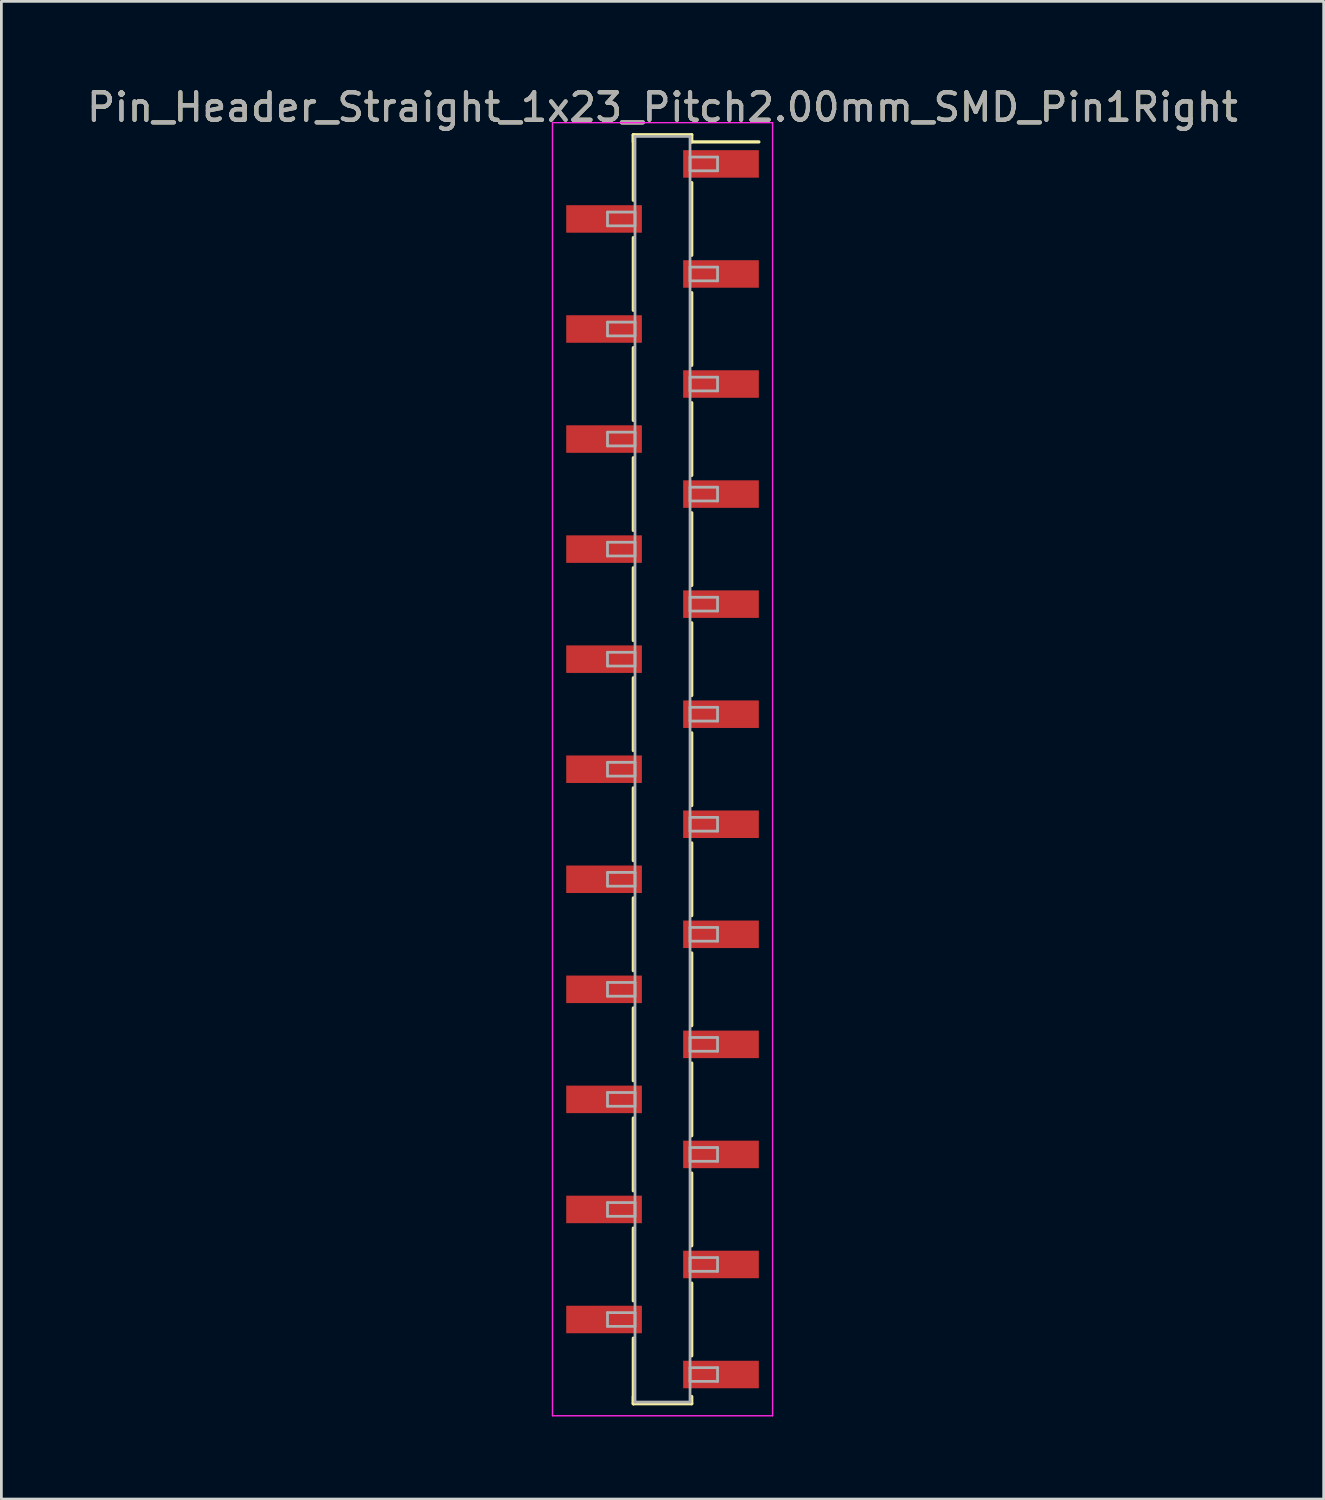
<source format=kicad_pcb>
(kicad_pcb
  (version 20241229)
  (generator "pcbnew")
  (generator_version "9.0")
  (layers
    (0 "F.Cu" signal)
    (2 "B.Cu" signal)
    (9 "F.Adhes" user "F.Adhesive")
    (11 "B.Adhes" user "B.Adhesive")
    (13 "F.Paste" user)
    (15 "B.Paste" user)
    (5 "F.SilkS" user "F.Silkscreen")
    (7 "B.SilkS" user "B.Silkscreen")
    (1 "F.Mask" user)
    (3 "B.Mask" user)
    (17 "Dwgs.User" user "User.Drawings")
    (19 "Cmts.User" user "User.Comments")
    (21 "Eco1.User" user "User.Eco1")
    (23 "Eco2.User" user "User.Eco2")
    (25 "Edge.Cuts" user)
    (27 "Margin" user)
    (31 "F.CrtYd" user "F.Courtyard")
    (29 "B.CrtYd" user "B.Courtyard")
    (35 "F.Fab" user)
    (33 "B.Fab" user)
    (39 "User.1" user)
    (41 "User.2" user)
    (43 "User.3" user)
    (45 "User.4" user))
  (footprint "Pin_Header_Straight_1x23_Pitch2.00mm_SMD_Pin1Right"
    (layer "F.Cu")
    (at 21.03 24.908)
    (property "Reference" "Pin_Header_Straight_1x23_Pitch2.00mm_SMD_Pin1Right" (at 0 -24.06 0) (layer "F.SilkS") (effects (font (size 1 1) (thickness 0.15))))
    (attr smd)
    (fp_line (start -1.06 -23.06) (end -1.06 -20.68) (stroke (width 0.12) (type solid)) (layer "F.SilkS"))
    (fp_line (start -1.06 -23.06) (end 1.06 -23.06) (stroke (width 0.12) (type solid)) (layer "F.SilkS"))
    (fp_line (start -1.06 -22.8) (end -1.06 -23.06) (stroke (width 0.12) (type solid)) (layer "F.SilkS"))
    (fp_line (start -1.06 -19.32) (end -1.06 -16.68) (stroke (width 0.12) (type solid)) (layer "F.SilkS"))
    (fp_line (start -1.06 -15.32) (end -1.06 -12.68) (stroke (width 0.12) (type solid)) (layer "F.SilkS"))
    (fp_line (start -1.06 -11.32) (end -1.06 -8.68) (stroke (width 0.12) (type solid)) (layer "F.SilkS"))
    (fp_line (start -1.06 -7.32) (end -1.06 -4.68) (stroke (width 0.12) (type solid)) (layer "F.SilkS"))
    (fp_line (start -1.06 -3.32) (end -1.06 -0.68) (stroke (width 0.12) (type solid)) (layer "F.SilkS"))
    (fp_line (start -1.06 0.68) (end -1.06 3.32) (stroke (width 0.12) (type solid)) (layer "F.SilkS"))
    (fp_line (start -1.06 4.68) (end -1.06 7.32) (stroke (width 0.12) (type solid)) (layer "F.SilkS"))
    (fp_line (start -1.06 8.68) (end -1.06 11.32) (stroke (width 0.12) (type solid)) (layer "F.SilkS"))
    (fp_line (start -1.06 12.68) (end -1.06 15.32) (stroke (width 0.12) (type solid)) (layer "F.SilkS"))
    (fp_line (start -1.06 16.68) (end -1.06 19.32) (stroke (width 0.12) (type solid)) (layer "F.SilkS"))
    (fp_line (start -1.06 20.68) (end -1.06 23.06) (stroke (width 0.12) (type solid)) (layer "F.SilkS"))
    (fp_line (start -1.06 22.8) (end -1.06 23.06) (stroke (width 0.12) (type solid)) (layer "F.SilkS"))
    (fp_line (start -1.06 23.06) (end 1.06 23.06) (stroke (width 0.12) (type solid)) (layer "F.SilkS"))
    (fp_line (start 1.06 -23.06) (end 1.06 -22.8) (stroke (width 0.12) (type solid)) (layer "F.SilkS"))
    (fp_line (start 1.06 -22.8) (end 3.5 -22.8) (stroke (width 0.12) (type solid)) (layer "F.SilkS"))
    (fp_line (start 1.06 -21.32) (end 1.06 -18.68) (stroke (width 0.12) (type solid)) (layer "F.SilkS"))
    (fp_line (start 1.06 -17.32) (end 1.06 -14.68) (stroke (width 0.12) (type solid)) (layer "F.SilkS"))
    (fp_line (start 1.06 -13.32) (end 1.06 -10.68) (stroke (width 0.12) (type solid)) (layer "F.SilkS"))
    (fp_line (start 1.06 -9.32) (end 1.06 -6.68) (stroke (width 0.12) (type solid)) (layer "F.SilkS"))
    (fp_line (start 1.06 -5.32) (end 1.06 -2.68) (stroke (width 0.12) (type solid)) (layer "F.SilkS"))
    (fp_line (start 1.06 -1.32) (end 1.06 1.32) (stroke (width 0.12) (type solid)) (layer "F.SilkS"))
    (fp_line (start 1.06 2.68) (end 1.06 5.32) (stroke (width 0.12) (type solid)) (layer "F.SilkS"))
    (fp_line (start 1.06 6.68) (end 1.06 9.32) (stroke (width 0.12) (type solid)) (layer "F.SilkS"))
    (fp_line (start 1.06 10.68) (end 1.06 13.32) (stroke (width 0.12) (type solid)) (layer "F.SilkS"))
    (fp_line (start 1.06 14.68) (end 1.06 17.32) (stroke (width 0.12) (type solid)) (layer "F.SilkS"))
    (fp_line (start 1.06 18.68) (end 1.06 21.32) (stroke (width 0.12) (type solid)) (layer "F.SilkS"))
    (fp_line (start 1.06 23.06) (end 1.06 22.8) (stroke (width 0.12) (type solid)) (layer "F.SilkS"))
    (fp_line (start -4 -23.5) (end -4 23.5) (stroke (width 0.05) (type solid)) (layer "F.CrtYd"))
    (fp_line (start -4 23.5) (end 4 23.5) (stroke (width 0.05) (type solid)) (layer "F.CrtYd"))
    (fp_line (start 4 -23.5) (end -4 -23.5) (stroke (width 0.05) (type solid)) (layer "F.CrtYd"))
    (fp_line (start 4 23.5) (end 4 -23.5) (stroke (width 0.05) (type solid)) (layer "F.CrtYd"))
    (fp_line (start -2 -20.25) (end -1 -20.25) (stroke (width 0.1) (type solid)) (layer "F.Fab"))
    (fp_line (start -2 -19.75) (end -2 -20.25) (stroke (width 0.1) (type solid)) (layer "F.Fab"))
    (fp_line (start -2 -16.25) (end -1 -16.25) (stroke (width 0.1) (type solid)) (layer "F.Fab"))
    (fp_line (start -2 -15.75) (end -2 -16.25) (stroke (width 0.1) (type solid)) (layer "F.Fab"))
    (fp_line (start -2 -12.25) (end -1 -12.25) (stroke (width 0.1) (type solid)) (layer "F.Fab"))
    (fp_line (start -2 -11.75) (end -2 -12.25) (stroke (width 0.1) (type solid)) (layer "F.Fab"))
    (fp_line (start -2 -8.25) (end -1 -8.25) (stroke (width 0.1) (type solid)) (layer "F.Fab"))
    (fp_line (start -2 -7.75) (end -2 -8.25) (stroke (width 0.1) (type solid)) (layer "F.Fab"))
    (fp_line (start -2 -4.25) (end -1 -4.25) (stroke (width 0.1) (type solid)) (layer "F.Fab"))
    (fp_line (start -2 -3.75) (end -2 -4.25) (stroke (width 0.1) (type solid)) (layer "F.Fab"))
    (fp_line (start -2 -0.25) (end -1 -0.25) (stroke (width 0.1) (type solid)) (layer "F.Fab"))
    (fp_line (start -2 0.25) (end -2 -0.25) (stroke (width 0.1) (type solid)) (layer "F.Fab"))
    (fp_line (start -2 3.75) (end -1 3.75) (stroke (width 0.1) (type solid)) (layer "F.Fab"))
    (fp_line (start -2 4.25) (end -2 3.75) (stroke (width 0.1) (type solid)) (layer "F.Fab"))
    (fp_line (start -2 7.75) (end -1 7.75) (stroke (width 0.1) (type solid)) (layer "F.Fab"))
    (fp_line (start -2 8.25) (end -2 7.75) (stroke (width 0.1) (type solid)) (layer "F.Fab"))
    (fp_line (start -2 11.75) (end -1 11.75) (stroke (width 0.1) (type solid)) (layer "F.Fab"))
    (fp_line (start -2 12.25) (end -2 11.75) (stroke (width 0.1) (type solid)) (layer "F.Fab"))
    (fp_line (start -2 15.75) (end -1 15.75) (stroke (width 0.1) (type solid)) (layer "F.Fab"))
    (fp_line (start -2 16.25) (end -2 15.75) (stroke (width 0.1) (type solid)) (layer "F.Fab"))
    (fp_line (start -2 19.75) (end -1 19.75) (stroke (width 0.1) (type solid)) (layer "F.Fab"))
    (fp_line (start -2 20.25) (end -2 19.75) (stroke (width 0.1) (type solid)) (layer "F.Fab"))
    (fp_line (start -1 -23) (end -1 23) (stroke (width 0.1) (type solid)) (layer "F.Fab"))
    (fp_line (start -1 -20.25) (end -1 -19.75) (stroke (width 0.1) (type solid)) (layer "F.Fab"))
    (fp_line (start -1 -19.75) (end -2 -19.75) (stroke (width 0.1) (type solid)) (layer "F.Fab"))
    (fp_line (start -1 -16.25) (end -1 -15.75) (stroke (width 0.1) (type solid)) (layer "F.Fab"))
    (fp_line (start -1 -15.75) (end -2 -15.75) (stroke (width 0.1) (type solid)) (layer "F.Fab"))
    (fp_line (start -1 -12.25) (end -1 -11.75) (stroke (width 0.1) (type solid)) (layer "F.Fab"))
    (fp_line (start -1 -11.75) (end -2 -11.75) (stroke (width 0.1) (type solid)) (layer "F.Fab"))
    (fp_line (start -1 -8.25) (end -1 -7.75) (stroke (width 0.1) (type solid)) (layer "F.Fab"))
    (fp_line (start -1 -7.75) (end -2 -7.75) (stroke (width 0.1) (type solid)) (layer "F.Fab"))
    (fp_line (start -1 -4.25) (end -1 -3.75) (stroke (width 0.1) (type solid)) (layer "F.Fab"))
    (fp_line (start -1 -3.75) (end -2 -3.75) (stroke (width 0.1) (type solid)) (layer "F.Fab"))
    (fp_line (start -1 -0.25) (end -1 0.25) (stroke (width 0.1) (type solid)) (layer "F.Fab"))
    (fp_line (start -1 0.25) (end -2 0.25) (stroke (width 0.1) (type solid)) (layer "F.Fab"))
    (fp_line (start -1 3.75) (end -1 4.25) (stroke (width 0.1) (type solid)) (layer "F.Fab"))
    (fp_line (start -1 4.25) (end -2 4.25) (stroke (width 0.1) (type solid)) (layer "F.Fab"))
    (fp_line (start -1 7.75) (end -1 8.25) (stroke (width 0.1) (type solid)) (layer "F.Fab"))
    (fp_line (start -1 8.25) (end -2 8.25) (stroke (width 0.1) (type solid)) (layer "F.Fab"))
    (fp_line (start -1 11.75) (end -1 12.25) (stroke (width 0.1) (type solid)) (layer "F.Fab"))
    (fp_line (start -1 12.25) (end -2 12.25) (stroke (width 0.1) (type solid)) (layer "F.Fab"))
    (fp_line (start -1 15.75) (end -1 16.25) (stroke (width 0.1) (type solid)) (layer "F.Fab"))
    (fp_line (start -1 16.25) (end -2 16.25) (stroke (width 0.1) (type solid)) (layer "F.Fab"))
    (fp_line (start -1 19.75) (end -1 20.25) (stroke (width 0.1) (type solid)) (layer "F.Fab"))
    (fp_line (start -1 20.25) (end -2 20.25) (stroke (width 0.1) (type solid)) (layer "F.Fab"))
    (fp_line (start -1 23) (end 1 23) (stroke (width 0.1) (type solid)) (layer "F.Fab"))
    (fp_line (start 1 -23) (end -1 -23) (stroke (width 0.1) (type solid)) (layer "F.Fab"))
    (fp_line (start 1 -22.25) (end 1 -21.75) (stroke (width 0.1) (type solid)) (layer "F.Fab"))
    (fp_line (start 1 -21.75) (end 2 -21.75) (stroke (width 0.1) (type solid)) (layer "F.Fab"))
    (fp_line (start 1 -18.25) (end 1 -17.75) (stroke (width 0.1) (type solid)) (layer "F.Fab"))
    (fp_line (start 1 -17.75) (end 2 -17.75) (stroke (width 0.1) (type solid)) (layer "F.Fab"))
    (fp_line (start 1 -14.25) (end 1 -13.75) (stroke (width 0.1) (type solid)) (layer "F.Fab"))
    (fp_line (start 1 -13.75) (end 2 -13.75) (stroke (width 0.1) (type solid)) (layer "F.Fab"))
    (fp_line (start 1 -10.25) (end 1 -9.75) (stroke (width 0.1) (type solid)) (layer "F.Fab"))
    (fp_line (start 1 -9.75) (end 2 -9.75) (stroke (width 0.1) (type solid)) (layer "F.Fab"))
    (fp_line (start 1 -6.25) (end 1 -5.75) (stroke (width 0.1) (type solid)) (layer "F.Fab"))
    (fp_line (start 1 -5.75) (end 2 -5.75) (stroke (width 0.1) (type solid)) (layer "F.Fab"))
    (fp_line (start 1 -2.25) (end 1 -1.75) (stroke (width 0.1) (type solid)) (layer "F.Fab"))
    (fp_line (start 1 -1.75) (end 2 -1.75) (stroke (width 0.1) (type solid)) (layer "F.Fab"))
    (fp_line (start 1 1.75) (end 1 2.25) (stroke (width 0.1) (type solid)) (layer "F.Fab"))
    (fp_line (start 1 2.25) (end 2 2.25) (stroke (width 0.1) (type solid)) (layer "F.Fab"))
    (fp_line (start 1 5.75) (end 1 6.25) (stroke (width 0.1) (type solid)) (layer "F.Fab"))
    (fp_line (start 1 6.25) (end 2 6.25) (stroke (width 0.1) (type solid)) (layer "F.Fab"))
    (fp_line (start 1 9.75) (end 1 10.25) (stroke (width 0.1) (type solid)) (layer "F.Fab"))
    (fp_line (start 1 10.25) (end 2 10.25) (stroke (width 0.1) (type solid)) (layer "F.Fab"))
    (fp_line (start 1 13.75) (end 1 14.25) (stroke (width 0.1) (type solid)) (layer "F.Fab"))
    (fp_line (start 1 14.25) (end 2 14.25) (stroke (width 0.1) (type solid)) (layer "F.Fab"))
    (fp_line (start 1 17.75) (end 1 18.25) (stroke (width 0.1) (type solid)) (layer "F.Fab"))
    (fp_line (start 1 18.25) (end 2 18.25) (stroke (width 0.1) (type solid)) (layer "F.Fab"))
    (fp_line (start 1 21.75) (end 1 22.25) (stroke (width 0.1) (type solid)) (layer "F.Fab"))
    (fp_line (start 1 22.25) (end 2 22.25) (stroke (width 0.1) (type solid)) (layer "F.Fab"))
    (fp_line (start 1 23) (end 1 -23) (stroke (width 0.1) (type solid)) (layer "F.Fab"))
    (fp_line (start 2 -22.25) (end 1 -22.25) (stroke (width 0.1) (type solid)) (layer "F.Fab"))
    (fp_line (start 2 -21.75) (end 2 -22.25) (stroke (width 0.1) (type solid)) (layer "F.Fab"))
    (fp_line (start 2 -18.25) (end 1 -18.25) (stroke (width 0.1) (type solid)) (layer "F.Fab"))
    (fp_line (start 2 -17.75) (end 2 -18.25) (stroke (width 0.1) (type solid)) (layer "F.Fab"))
    (fp_line (start 2 -14.25) (end 1 -14.25) (stroke (width 0.1) (type solid)) (layer "F.Fab"))
    (fp_line (start 2 -13.75) (end 2 -14.25) (stroke (width 0.1) (type solid)) (layer "F.Fab"))
    (fp_line (start 2 -10.25) (end 1 -10.25) (stroke (width 0.1) (type solid)) (layer "F.Fab"))
    (fp_line (start 2 -9.75) (end 2 -10.25) (stroke (width 0.1) (type solid)) (layer "F.Fab"))
    (fp_line (start 2 -6.25) (end 1 -6.25) (stroke (width 0.1) (type solid)) (layer "F.Fab"))
    (fp_line (start 2 -5.75) (end 2 -6.25) (stroke (width 0.1) (type solid)) (layer "F.Fab"))
    (fp_line (start 2 -2.25) (end 1 -2.25) (stroke (width 0.1) (type solid)) (layer "F.Fab"))
    (fp_line (start 2 -1.75) (end 2 -2.25) (stroke (width 0.1) (type solid)) (layer "F.Fab"))
    (fp_line (start 2 1.75) (end 1 1.75) (stroke (width 0.1) (type solid)) (layer "F.Fab"))
    (fp_line (start 2 2.25) (end 2 1.75) (stroke (width 0.1) (type solid)) (layer "F.Fab"))
    (fp_line (start 2 5.75) (end 1 5.75) (stroke (width 0.1) (type solid)) (layer "F.Fab"))
    (fp_line (start 2 6.25) (end 2 5.75) (stroke (width 0.1) (type solid)) (layer "F.Fab"))
    (fp_line (start 2 9.75) (end 1 9.75) (stroke (width 0.1) (type solid)) (layer "F.Fab"))
    (fp_line (start 2 10.25) (end 2 9.75) (stroke (width 0.1) (type solid)) (layer "F.Fab"))
    (fp_line (start 2 13.75) (end 1 13.75) (stroke (width 0.1) (type solid)) (layer "F.Fab"))
    (fp_line (start 2 14.25) (end 2 13.75) (stroke (width 0.1) (type solid)) (layer "F.Fab"))
    (fp_line (start 2 17.75) (end 1 17.75) (stroke (width 0.1) (type solid)) (layer "F.Fab"))
    (fp_line (start 2 18.25) (end 2 17.75) (stroke (width 0.1) (type solid)) (layer "F.Fab"))
    (fp_line (start 2 21.75) (end 1 21.75) (stroke (width 0.1) (type solid)) (layer "F.Fab"))
    (fp_line (start 2 22.25) (end 2 21.75) (stroke (width 0.1) (type solid)) (layer "F.Fab"))
    (fp_text user "${REFERENCE}" (at 0 -24.06 0) (layer "F.Fab") (effects (font (size 1 1) (thickness 0.15))))
    (pad "1" smd rect (at 2.125 -22) (size 2.75 1) (layers "F.Cu" "F.Mask" "F.Paste"))
    (pad "2" smd rect (at -2.125 -20) (size 2.75 1) (layers "F.Cu" "F.Mask" "F.Paste"))
    (pad "3" smd rect (at 2.125 -18) (size 2.75 1) (layers "F.Cu" "F.Mask" "F.Paste"))
    (pad "4" smd rect (at -2.125 -16) (size 2.75 1) (layers "F.Cu" "F.Mask" "F.Paste"))
    (pad "5" smd rect (at 2.125 -14) (size 2.75 1) (layers "F.Cu" "F.Mask" "F.Paste"))
    (pad "6" smd rect (at -2.125 -12) (size 2.75 1) (layers "F.Cu" "F.Mask" "F.Paste"))
    (pad "7" smd rect (at 2.125 -10) (size 2.75 1) (layers "F.Cu" "F.Mask" "F.Paste"))
    (pad "8" smd rect (at -2.125 -8) (size 2.75 1) (layers "F.Cu" "F.Mask" "F.Paste"))
    (pad "9" smd rect (at 2.125 -6) (size 2.75 1) (layers "F.Cu" "F.Mask" "F.Paste"))
    (pad "10" smd rect (at -2.125 -4) (size 2.75 1) (layers "F.Cu" "F.Mask" "F.Paste"))
    (pad "11" smd rect (at 2.125 -2) (size 2.75 1) (layers "F.Cu" "F.Mask" "F.Paste"))
    (pad "12" smd rect (at -2.125 0) (size 2.75 1) (layers "F.Cu" "F.Mask" "F.Paste"))
    (pad "13" smd rect (at 2.125 2) (size 2.75 1) (layers "F.Cu" "F.Mask" "F.Paste"))
    (pad "14" smd rect (at -2.125 4) (size 2.75 1) (layers "F.Cu" "F.Mask" "F.Paste"))
    (pad "15" smd rect (at 2.125 6) (size 2.75 1) (layers "F.Cu" "F.Mask" "F.Paste"))
    (pad "16" smd rect (at -2.125 8) (size 2.75 1) (layers "F.Cu" "F.Mask" "F.Paste"))
    (pad "17" smd rect (at 2.125 10) (size 2.75 1) (layers "F.Cu" "F.Mask" "F.Paste"))
    (pad "18" smd rect (at -2.125 12) (size 2.75 1) (layers "F.Cu" "F.Mask" "F.Paste"))
    (pad "19" smd rect (at 2.125 14) (size 2.75 1) (layers "F.Cu" "F.Mask" "F.Paste"))
    (pad "20" smd rect (at -2.125 16) (size 2.75 1) (layers "F.Cu" "F.Mask" "F.Paste"))
    (pad "21" smd rect (at 2.125 18) (size 2.75 1) (layers "F.Cu" "F.Mask" "F.Paste"))
    (pad "22" smd rect (at -2.125 20) (size 2.75 1) (layers "F.Cu" "F.Mask" "F.Paste"))
    (pad "23" smd rect (at 2.125 22) (size 2.75 1) (layers "F.Cu" "F.Mask" "F.Paste")))
  (gr_rect
    (start -3 -3)
    (end 45.06 51.433)
    (stroke (width 0.1) (type default))
    (fill no)
    (layer "Edge.Cuts")))
</source>
